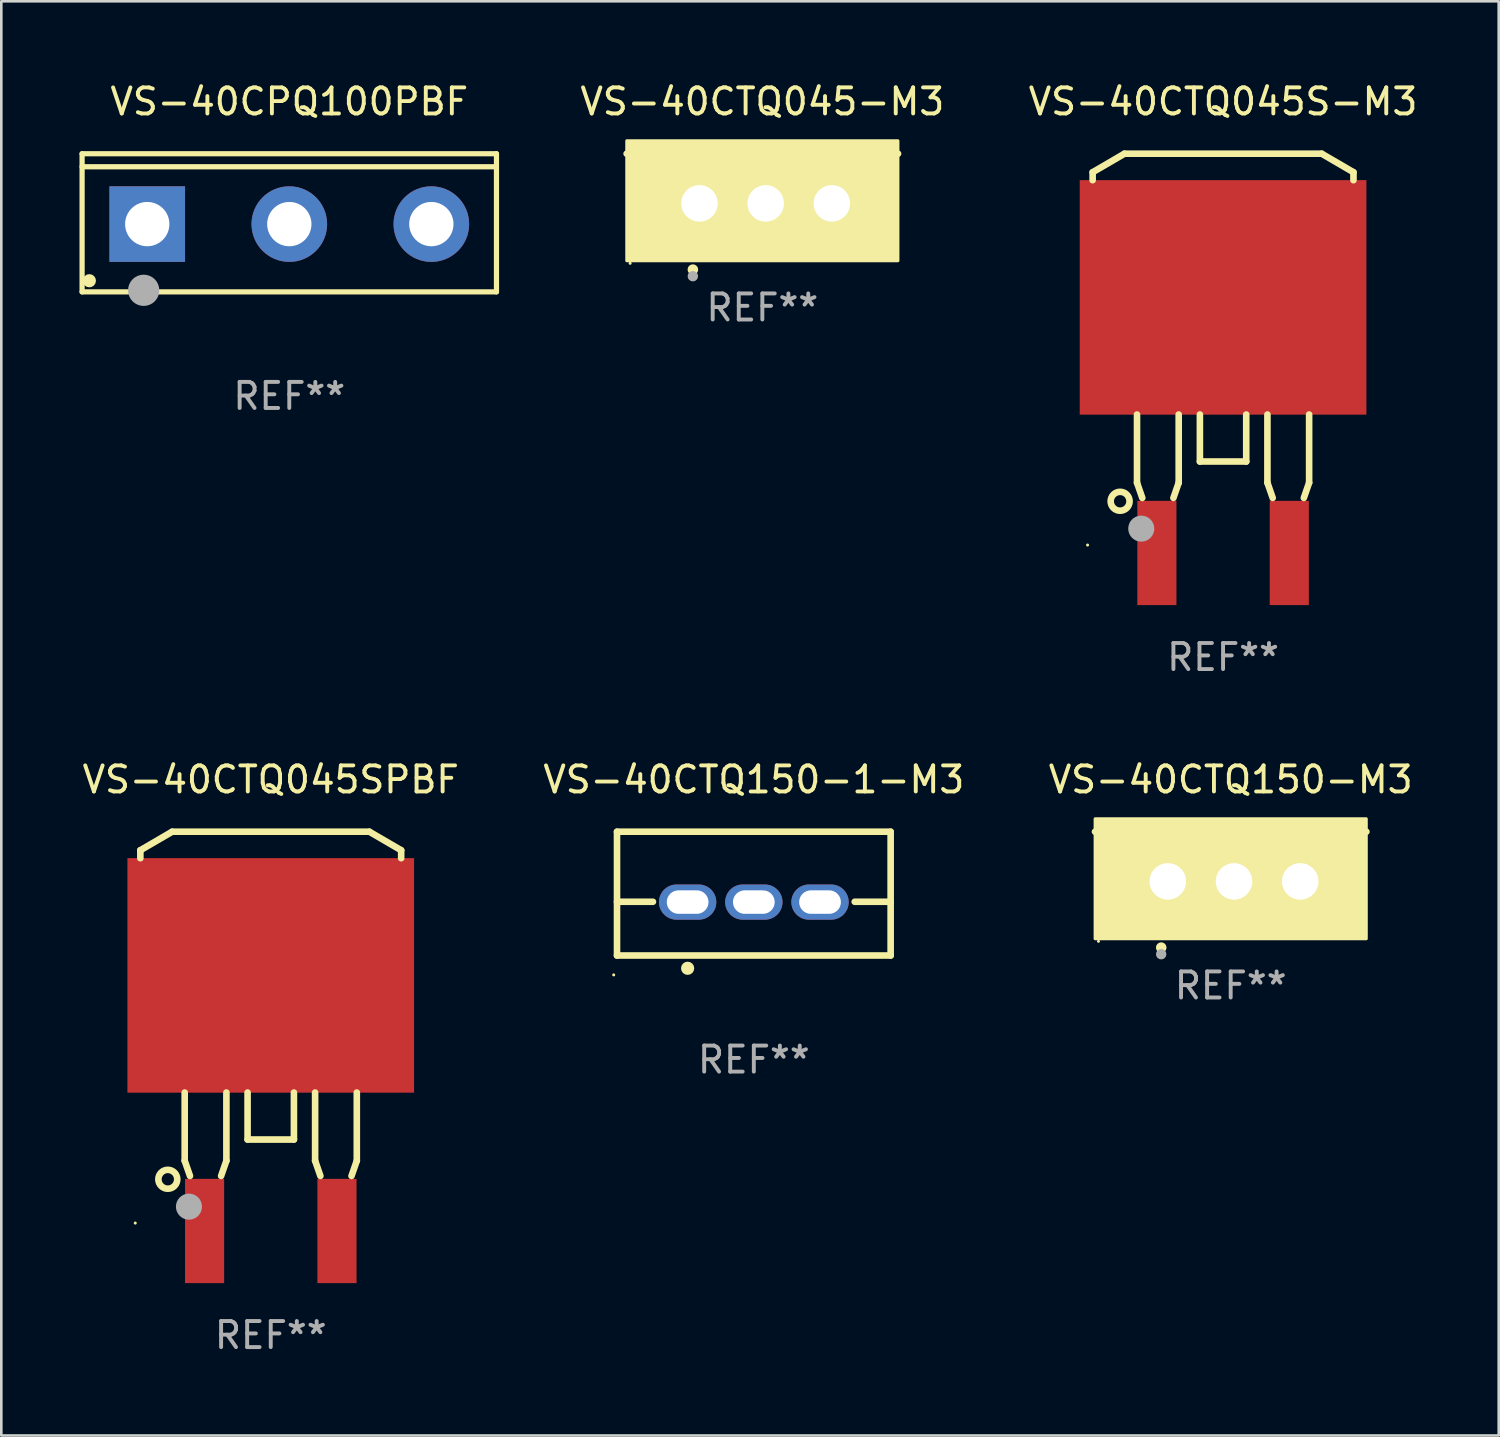
<source format=kicad_pcb>
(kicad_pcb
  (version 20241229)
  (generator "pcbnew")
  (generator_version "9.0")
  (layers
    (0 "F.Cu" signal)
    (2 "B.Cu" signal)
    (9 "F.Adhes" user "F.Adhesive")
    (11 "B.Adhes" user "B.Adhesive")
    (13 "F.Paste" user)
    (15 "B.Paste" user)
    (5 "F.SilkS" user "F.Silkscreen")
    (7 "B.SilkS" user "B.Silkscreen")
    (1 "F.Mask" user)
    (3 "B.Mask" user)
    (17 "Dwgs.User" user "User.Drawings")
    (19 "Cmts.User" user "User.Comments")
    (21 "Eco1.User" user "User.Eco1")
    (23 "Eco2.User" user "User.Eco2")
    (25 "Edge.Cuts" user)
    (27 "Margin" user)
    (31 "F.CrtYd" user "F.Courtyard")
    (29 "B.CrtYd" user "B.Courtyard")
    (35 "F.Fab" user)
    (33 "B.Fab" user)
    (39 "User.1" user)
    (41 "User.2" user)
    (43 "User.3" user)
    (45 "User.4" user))
  (footprint "VS-40CPQ100PBF"
    (layer "F.Cu")
    (at 8.05 5.499)
    (property "Reference" "VS-40CPQ100PBF" (at 0 -4.65 0) (layer "F.SilkS") (effects (font (size 1 1) (thickness 0.15))))
    (attr through_hole)
    (fp_line (start -7.95 -2.65) (end -7.95 2.65) (stroke (width 0.2) (type solid)) (layer "F.SilkS"))
    (fp_line (start -7.95 -2.15) (end 7.95 -2.15) (stroke (width 0.2) (type solid)) (layer "F.SilkS"))
    (fp_line (start -7.95 2.65) (end 7.95 2.65) (stroke (width 0.2) (type solid)) (layer "F.SilkS"))
    (fp_line (start 7.95 -2.65) (end -7.95 -2.65) (stroke (width 0.2) (type solid)) (layer "F.SilkS"))
    (fp_line (start 7.95 2.65) (end 7.95 -2.65) (stroke (width 0.2) (type solid)) (layer "F.SilkS"))
    (fp_circle (center -7.672 2.223) (end -7.545 2.223) (stroke (width 0.254) (type solid)) (fill no) (layer "F.SilkS"))
    (fp_circle (center -5.587 2.59) (end -5.287 2.59) (stroke (width 0.6) (type solid)) (fill no) (layer "F.Fab"))
    (fp_text user "REF**" (at 0 6.65 0) (layer "F.Fab") (effects (font (size 1 1) (thickness 0.15))))
    (pad "1" thru_hole rect (at -5.45 0.05) (size 2.9 2.9) (drill 1.7) (layers "*.Cu" "*.Mask"))
    (pad "2" thru_hole circle (at 0.001 0.05) (size 2.9 2.9) (drill 1.7) (layers "*.Cu" "*.Mask"))
    (pad "3" thru_hole circle (at 5.451 0.05) (size 2.9 2.9) (drill 1.7) (layers "*.Cu" "*.Mask")))
  (footprint "VS-40CTQ045-M3"
    (layer "F.Cu")
    (at 26.202 3.801)
    (property "Reference" "VS-40CTQ045-M3" (at 0 -2.953 0) (layer "F.SilkS") (effects (font (size 1 1) (thickness 0.15))))
    (attr through_hole)
    (fp_line (start 5.207 -0.953) (end -5.207 -0.953) (stroke (width 0.254) (type solid)) (layer "F.SilkS"))
    (fp_arc (start -2.66698 3.49252) (mid -2.66571 3.492516) (end -2.66444 3.49252) (stroke (width 0.4) (type solid)) (layer "F.SilkS"))
    (fp_circle (center -5.073 3.252) (end -5.043 3.252) (stroke (width 0.06) (type solid)) (fill no) (layer "F.SilkS"))
    (fp_poly (pts (xy -5.2 -1.448) (xy 5.2 -1.448) (xy 5.2 3.152) (xy -5.2 3.152)) (stroke (width 0.12) (type solid)) (fill yes) (layer "F.SilkS"))
    (fp_circle (center -2.667 3.747) (end -2.567 3.747) (stroke (width 0.2) (type solid)) (fill no) (layer "F.Fab"))
    (fp_text user "REF**" (at 0 4.953 0) (layer "F.Fab") (effects (font (size 1 1) (thickness 0.15))))
    (pad "1" thru_hole rect (at -2.413 0.953) (size 2 2.5) (drill 1.4) (layers "*.Cu" "*.Mask"))
    (pad "2" thru_hole oval (at 0.127 0.953) (size 2 2.5) (drill 1.4) (layers "*.Cu" "*.Mask"))
    (pad "3" thru_hole oval (at 2.667 0.953) (size 2 2.5) (drill 1.4) (layers "*.Cu" "*.Mask")))
  (footprint "VS-40CTQ045SPBF"
    (layer "F.Cu")
    (at 7.339 36.524)
    (property "Reference" "VS-40CTQ045SPBF" (at 0 -9.66 0) (layer "F.SilkS") (effects (font (size 1 1) (thickness 0.15))))
    (attr through_hole)
    (fp_line (start -5.004 -6.949) (end -3.785 -7.66) (stroke (width 0.254) (type solid)) (layer "F.SilkS"))
    (fp_line (start -5.004 -6.644) (end -5.004 -6.949) (stroke (width 0.254) (type solid)) (layer "F.SilkS"))
    (fp_line (start -3.785 -7.66) (end 3.785 -7.66) (stroke (width 0.254) (type solid)) (layer "F.SilkS"))
    (fp_line (start -3.302 2.348) (end -3.302 4.964) (stroke (width 0.254) (type solid)) (layer "F.SilkS"))
    (fp_line (start -3.302 4.964) (end -3.099 5.548) (stroke (width 0.254) (type solid)) (layer "F.SilkS"))
    (fp_line (start -1.905 5.548) (end -1.702 4.964) (stroke (width 0.254) (type solid)) (layer "F.SilkS"))
    (fp_line (start -1.702 4.964) (end -1.702 2.348) (stroke (width 0.254) (type solid)) (layer "F.SilkS"))
    (fp_line (start -0.889 2.348) (end -0.889 4.151) (stroke (width 0.254) (type solid)) (layer "F.SilkS"))
    (fp_line (start -0.889 4.151) (end 0.889 4.151) (stroke (width 0.254) (type solid)) (layer "F.SilkS"))
    (fp_line (start 0.889 4.151) (end 0.889 2.348) (stroke (width 0.254) (type solid)) (layer "F.SilkS"))
    (fp_line (start 1.702 2.348) (end 1.702 4.964) (stroke (width 0.254) (type solid)) (layer "F.SilkS"))
    (fp_line (start 1.702 4.964) (end 1.905 5.548) (stroke (width 0.254) (type solid)) (layer "F.SilkS"))
    (fp_line (start 3.099 5.548) (end 3.302 4.964) (stroke (width 0.254) (type solid)) (layer "F.SilkS"))
    (fp_line (start 3.302 4.964) (end 3.302 2.348) (stroke (width 0.254) (type solid)) (layer "F.SilkS"))
    (fp_line (start 3.785 -7.66) (end 5.004 -6.949) (stroke (width 0.254) (type solid)) (layer "F.SilkS"))
    (fp_line (start 5.004 -6.949) (end 5.004 -6.644) (stroke (width 0.254) (type solid)) (layer "F.SilkS"))
    (fp_circle (center -5.199 7.356) (end -5.169 7.356) (stroke (width 0.06) (type solid)) (fill no) (layer "F.SilkS"))
    (fp_circle (center -3.95 5.676) (end -3.587 5.676) (stroke (width 0.254) (type solid)) (fill no) (layer "F.SilkS"))
    (fp_circle (center -3.139 6.726) (end -2.889 6.726) (stroke (width 0.5) (type solid)) (fill no) (layer "F.Fab"))
    (fp_text user "REF**" (at 0 11.66 0) (layer "F.Fab") (effects (font (size 1 1) (thickness 0.15))))
    (pad "1" smd rect (at -2.539 7.66) (size 1.501 4.001) (layers "F.Cu" "F.Mask" "F.Paste"))
    (pad "2" smd rect (at 0.000127 -2.147) (size 11 8.999) (layers "F.Cu" "F.Mask" "F.Paste"))
    (pad "3" smd rect (at 2.541 7.66) (size 1.501 4.001) (layers "F.Cu" "F.Mask" "F.Paste")))
  (footprint "VS-40CTQ045S-M3"
    (layer "F.Cu")
    (at 43.88 10.508)
    (property "Reference" "VS-40CTQ045S-M3" (at 0 -9.66 0) (layer "F.SilkS") (effects (font (size 1 1) (thickness 0.15))))
    (attr through_hole)
    (fp_line (start -5.004 -6.949) (end -3.785 -7.66) (stroke (width 0.254) (type solid)) (layer "F.SilkS"))
    (fp_line (start -5.004 -6.644) (end -5.004 -6.949) (stroke (width 0.254) (type solid)) (layer "F.SilkS"))
    (fp_line (start -3.785 -7.66) (end 3.785 -7.66) (stroke (width 0.254) (type solid)) (layer "F.SilkS"))
    (fp_line (start -3.302 2.348) (end -3.302 4.964) (stroke (width 0.254) (type solid)) (layer "F.SilkS"))
    (fp_line (start -3.302 4.964) (end -3.099 5.548) (stroke (width 0.254) (type solid)) (layer "F.SilkS"))
    (fp_line (start -1.905 5.548) (end -1.702 4.964) (stroke (width 0.254) (type solid)) (layer "F.SilkS"))
    (fp_line (start -1.702 4.964) (end -1.702 2.348) (stroke (width 0.254) (type solid)) (layer "F.SilkS"))
    (fp_line (start -0.889 2.348) (end -0.889 4.151) (stroke (width 0.254) (type solid)) (layer "F.SilkS"))
    (fp_line (start -0.889 4.151) (end 0.889 4.151) (stroke (width 0.254) (type solid)) (layer "F.SilkS"))
    (fp_line (start 0.889 4.151) (end 0.889 2.348) (stroke (width 0.254) (type solid)) (layer "F.SilkS"))
    (fp_line (start 1.702 2.348) (end 1.702 4.964) (stroke (width 0.254) (type solid)) (layer "F.SilkS"))
    (fp_line (start 1.702 4.964) (end 1.905 5.548) (stroke (width 0.254) (type solid)) (layer "F.SilkS"))
    (fp_line (start 3.099 5.548) (end 3.302 4.964) (stroke (width 0.254) (type solid)) (layer "F.SilkS"))
    (fp_line (start 3.302 4.964) (end 3.302 2.348) (stroke (width 0.254) (type solid)) (layer "F.SilkS"))
    (fp_line (start 3.785 -7.66) (end 5.004 -6.949) (stroke (width 0.254) (type solid)) (layer "F.SilkS"))
    (fp_line (start 5.004 -6.949) (end 5.004 -6.644) (stroke (width 0.254) (type solid)) (layer "F.SilkS"))
    (fp_circle (center -5.199 7.356) (end -5.169 7.356) (stroke (width 0.06) (type solid)) (fill no) (layer "F.SilkS"))
    (fp_circle (center -3.95 5.676) (end -3.587 5.676) (stroke (width 0.254) (type solid)) (fill no) (layer "F.SilkS"))
    (fp_circle (center -3.139 6.726) (end -2.889 6.726) (stroke (width 0.5) (type solid)) (fill no) (layer "F.Fab"))
    (fp_text user "REF**" (at 0 11.66 0) (layer "F.Fab") (effects (font (size 1 1) (thickness 0.15))))
    (pad "1" smd rect (at -2.539 7.66) (size 1.501 4.001) (layers "F.Cu" "F.Mask" "F.Paste"))
    (pad "2" smd rect (at 0.000127 -2.147) (size 11 8.999) (layers "F.Cu" "F.Mask" "F.Paste"))
    (pad "3" smd rect (at 2.541 7.66) (size 1.501 4.001) (layers "F.Cu" "F.Mask" "F.Paste")))
  (footprint "VS-40CTQ150-1-M3"
    (layer "F.Cu")
    (at 25.875 31.239)
    (property "Reference" "VS-40CTQ150-1-M3" (at 0 -4.375 0) (layer "F.SilkS") (effects (font (size 1 1) (thickness 0.15))))
    (attr through_hole)
    (fp_line (start -5.25 -2.375) (end -5.25 2.375) (stroke (width 0.254) (type solid)) (layer "F.SilkS"))
    (fp_line (start -5.25 -2.375) (end 5.25 -2.375) (stroke (width 0.254) (type solid)) (layer "F.SilkS"))
    (fp_line (start -5.25 0.313) (end -3.871 0.313) (stroke (width 0.254) (type solid)) (layer "F.SilkS"))
    (fp_line (start -5.25 2.375) (end 5.25 2.375) (stroke (width 0.254) (type solid)) (layer "F.SilkS"))
    (fp_line (start 3.871 0.313) (end 5.25 0.313) (stroke (width 0.254) (type solid)) (layer "F.SilkS"))
    (fp_line (start 5.25 -2.375) (end 5.25 2.375) (stroke (width 0.254) (type solid)) (layer "F.SilkS"))
    (fp_circle (center -5.377 3.119) (end -5.347 3.119) (stroke (width 0.06) (type solid)) (fill no) (layer "F.SilkS"))
    (fp_circle (center -2.54 2.865) (end -2.413 2.865) (stroke (width 0.254) (type solid)) (fill no) (layer "F.SilkS"))
    (fp_text user "REF**" (at 0 6.375 0) (layer "F.Fab") (effects (font (size 1 1) (thickness 0.15))))
    (pad "1" thru_hole oval (at -2.54 0.325 90) (size 1.35 2.2) (drill oval 0.9 1.6) (layers "*.Cu" "*.Mask"))
    (pad "2" thru_hole oval (at 0 0.325 90) (size 1.35 2.2) (drill oval 0.9 1.6) (layers "*.Cu" "*.Mask"))
    (pad "3" thru_hole oval (at 2.54 0.325 90) (size 1.35 2.2) (drill oval 0.9 1.6) (layers "*.Cu" "*.Mask")))
  (footprint "VS-40CTQ150-M3"
    (layer "F.Cu")
    (at 44.173 29.817)
    (property "Reference" "VS-40CTQ150-M3" (at 0 -2.953 0) (layer "F.SilkS") (effects (font (size 1 1) (thickness 0.15))))
    (attr through_hole)
    (fp_line (start 5.207 -0.953) (end -5.207 -0.953) (stroke (width 0.254) (type solid)) (layer "F.SilkS"))
    (fp_arc (start -2.66698 3.49252) (mid -2.66571 3.492516) (end -2.66444 3.49252) (stroke (width 0.4) (type solid)) (layer "F.SilkS"))
    (fp_circle (center -5.073 3.252) (end -5.043 3.252) (stroke (width 0.06) (type solid)) (fill no) (layer "F.SilkS"))
    (fp_poly (pts (xy -5.2 -1.448) (xy 5.2 -1.448) (xy 5.2 3.152) (xy -5.2 3.152)) (stroke (width 0.12) (type solid)) (fill yes) (layer "F.SilkS"))
    (fp_circle (center -2.667 3.747) (end -2.567 3.747) (stroke (width 0.2) (type solid)) (fill no) (layer "F.Fab"))
    (fp_text user "REF**" (at 0 4.953 0) (layer "F.Fab") (effects (font (size 1 1) (thickness 0.15))))
    (pad "1" thru_hole rect (at -2.413 0.953) (size 2 2.5) (drill 1.4) (layers "*.Cu" "*.Mask"))
    (pad "2" thru_hole oval (at 0.127 0.953) (size 2 2.5) (drill 1.4) (layers "*.Cu" "*.Mask"))
    (pad "3" thru_hole oval (at 2.667 0.953) (size 2 2.5) (drill 1.4) (layers "*.Cu" "*.Mask")))
  (gr_rect
    (start -3 -3)
    (end 54.457 52.032)
    (stroke (width 0.1) (type default))
    (fill no)
    (layer "Edge.Cuts")))
</source>
